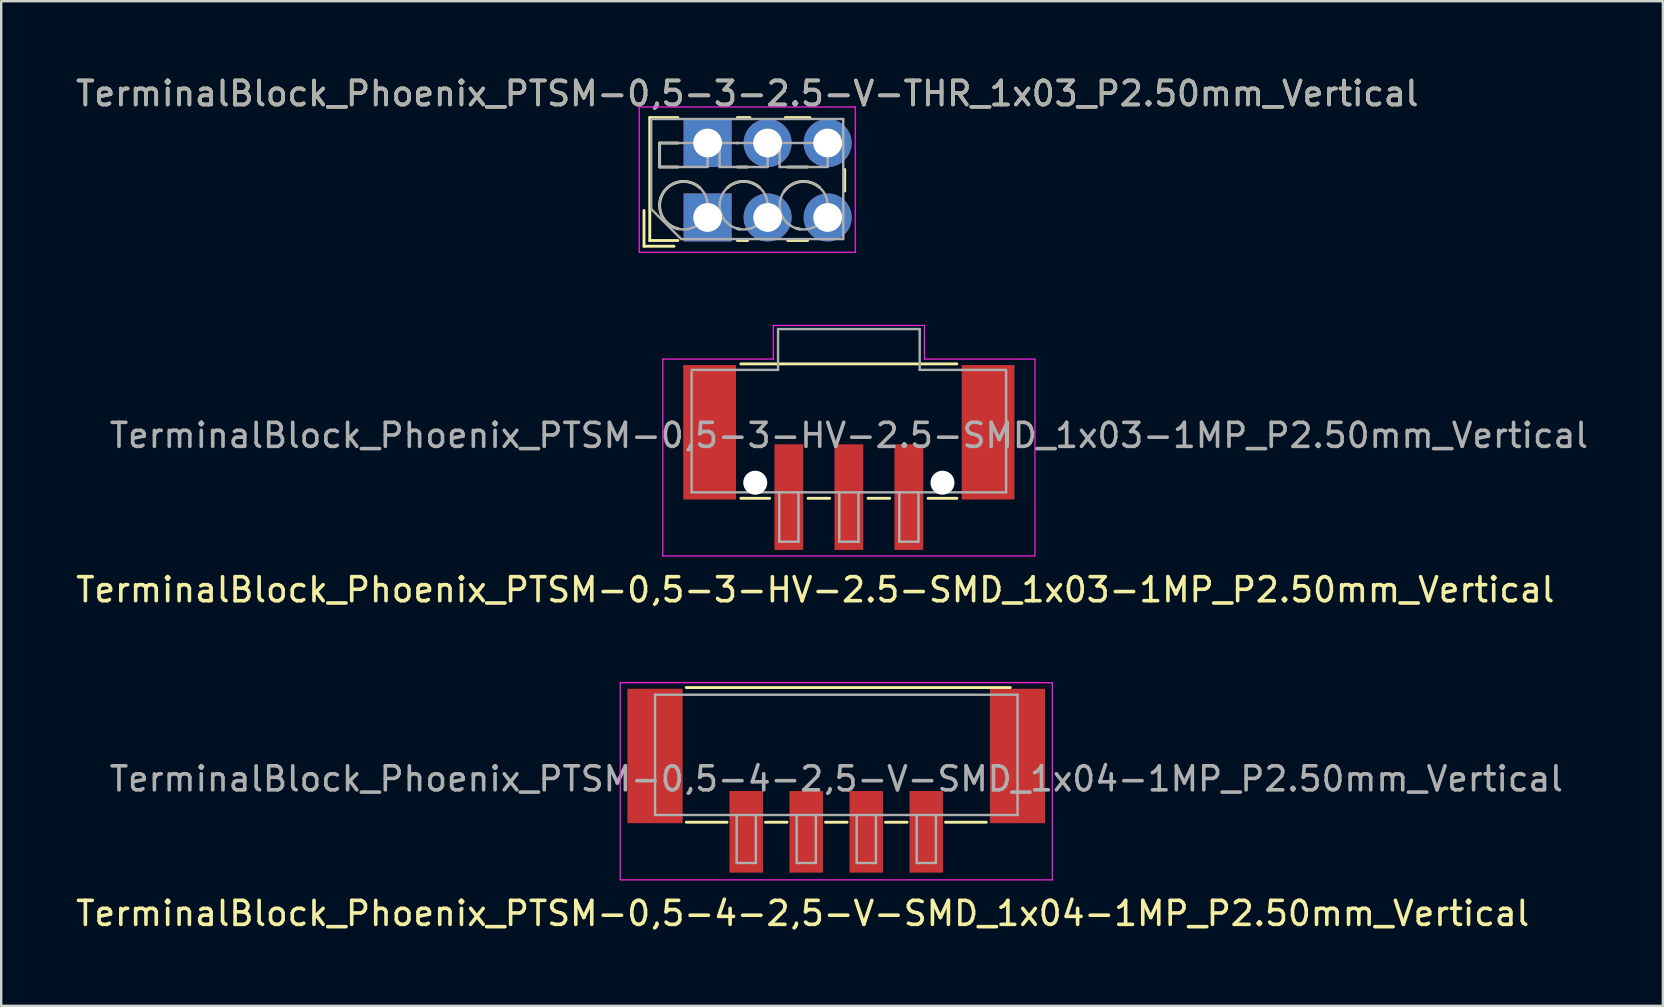
<source format=kicad_pcb>
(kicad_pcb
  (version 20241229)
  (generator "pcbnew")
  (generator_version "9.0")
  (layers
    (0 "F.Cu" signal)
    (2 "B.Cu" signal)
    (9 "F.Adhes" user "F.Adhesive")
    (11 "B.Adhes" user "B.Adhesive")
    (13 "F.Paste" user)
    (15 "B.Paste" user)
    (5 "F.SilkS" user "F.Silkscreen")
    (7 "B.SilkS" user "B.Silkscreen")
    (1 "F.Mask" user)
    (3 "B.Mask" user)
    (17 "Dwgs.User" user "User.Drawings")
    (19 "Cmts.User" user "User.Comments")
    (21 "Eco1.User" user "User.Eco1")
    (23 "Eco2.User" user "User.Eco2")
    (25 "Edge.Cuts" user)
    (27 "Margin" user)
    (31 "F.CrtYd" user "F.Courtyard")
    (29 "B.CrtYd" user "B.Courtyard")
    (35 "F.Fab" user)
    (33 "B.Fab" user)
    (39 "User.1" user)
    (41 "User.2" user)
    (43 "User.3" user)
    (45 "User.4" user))
  (footprint "TerminalBlock_Phoenix_PTSM-0,5-3-HV-2.5-SMD_1x03-1MP_P2.50mm_Vertical"
    (layer "F.Cu")
    (at 32.311 16.008)
    (property "Reference" "TerminalBlock_Phoenix_PTSM-0,5-3-HV-2.5-SMD_1x03-1MP_P2.50mm_Vertical" (at -1.4 5.51 0) (layer "F.SilkS") (effects (font (size 1 1) (thickness 0.15))))
    (attr smd)
    (fp_line (start -4.5 -3.9) (end 4.5 -3.9) (stroke (width 0.12) (type solid)) (layer "F.SilkS"))
    (fp_line (start -3.3 1.7) (end -4.5 1.7) (stroke (width 0.12) (type solid)) (layer "F.SilkS"))
    (fp_line (start -0.8 1.7) (end -1.7 1.7) (stroke (width 0.12) (type solid)) (layer "F.SilkS"))
    (fp_line (start 1.7 1.7) (end 0.8 1.7) (stroke (width 0.12) (type solid)) (layer "F.SilkS"))
    (fp_line (start 4.5 1.7) (end 3.3 1.7) (stroke (width 0.12) (type solid)) (layer "F.SilkS"))
    (fp_line (start -7.75 -4.1) (end -3.15 -4.1) (stroke (width 0.05) (type solid)) (layer "F.CrtYd"))
    (fp_line (start -7.75 4.1) (end -7.75 -4.1) (stroke (width 0.05) (type solid)) (layer "F.CrtYd"))
    (fp_line (start -3.15 -5.5) (end 3.15 -5.5) (stroke (width 0.05) (type solid)) (layer "F.CrtYd"))
    (fp_line (start -3.15 -4.1) (end -3.15 -5.5) (stroke (width 0.05) (type solid)) (layer "F.CrtYd"))
    (fp_line (start 3.15 -4.1) (end 3.15 -5.5) (stroke (width 0.05) (type solid)) (layer "F.CrtYd"))
    (fp_line (start 7.75 -4.1) (end 3.15 -4.1) (stroke (width 0.05) (type solid)) (layer "F.CrtYd"))
    (fp_line (start 7.75 -4.1) (end 7.75 4.1) (stroke (width 0.05) (type solid)) (layer "F.CrtYd"))
    (fp_line (start 7.75 4.1) (end -7.75 4.1) (stroke (width 0.05) (type solid)) (layer "F.CrtYd"))
    (fp_line (start -6.55 -3.65) (end -2.95 -3.65) (stroke (width 0.1) (type solid)) (layer "F.Fab"))
    (fp_line (start -6.55 1.45) (end -6.55 -3.55) (stroke (width 0.1) (type solid)) (layer "F.Fab"))
    (fp_line (start -2.95 -5.35) (end 2.95 -5.35) (stroke (width 0.1) (type solid)) (layer "F.Fab"))
    (fp_line (start -2.95 -3.65) (end -2.95 -5.35) (stroke (width 0.1) (type solid)) (layer "F.Fab"))
    (fp_line (start -2.9 1.45) (end -2.9 3.51) (stroke (width 0.1) (type solid)) (layer "F.Fab"))
    (fp_line (start -2.9 3.51) (end -2.1 3.51) (stroke (width 0.1) (type solid)) (layer "F.Fab"))
    (fp_line (start -2.1 1.45) (end -2.1 3.51) (stroke (width 0.1) (type solid)) (layer "F.Fab"))
    (fp_line (start -0.4 1.45) (end -0.4 3.51) (stroke (width 0.1) (type solid)) (layer "F.Fab"))
    (fp_line (start -0.4 3.51) (end 0.4 3.51) (stroke (width 0.1) (type solid)) (layer "F.Fab"))
    (fp_line (start 0.4 1.45) (end 0.4 3.51) (stroke (width 0.1) (type solid)) (layer "F.Fab"))
    (fp_line (start 2.1 1.45) (end 2.1 3.51) (stroke (width 0.1) (type solid)) (layer "F.Fab"))
    (fp_line (start 2.1 3.51) (end 2.9 3.51) (stroke (width 0.1) (type solid)) (layer "F.Fab"))
    (fp_line (start 2.9 1.45) (end 2.9 3.51) (stroke (width 0.1) (type solid)) (layer "F.Fab"))
    (fp_line (start 2.95 -5.35) (end 2.95 -3.65) (stroke (width 0.1) (type solid)) (layer "F.Fab"))
    (fp_line (start 2.95 -3.65) (end 6.55 -3.65) (stroke (width 0.1) (type solid)) (layer "F.Fab"))
    (fp_line (start 6.55 1.45) (end -6.55 1.45) (stroke (width 0.1) (type solid)) (layer "F.Fab"))
    (fp_line (start 6.55 1.45) (end 6.55 -3.6) (stroke (width 0.1) (type solid)) (layer "F.Fab"))
    (fp_text user "${REFERENCE}" (at 0 -0.92 0) (layer "F.Fab") (effects (font (size 1 1) (thickness 0.15))))
    (pad "" np_thru_hole circle (at -3.9 1.05) (size 1 1) (drill 1) (layers "*.Cu" "*.Mask"))
    (pad "" np_thru_hole circle (at 3.9 1.05) (size 1 1) (drill 1) (layers "*.Cu" "*.Mask"))
    (pad "1" smd rect (at -2.5 1.65 180) (size 1.2 4.4) (layers "F.Cu" "F.Mask" "F.Paste"))
    (pad "2" smd rect (at 0 1.65 180) (size 1.2 4.4) (layers "F.Cu" "F.Mask" "F.Paste"))
    (pad "3" smd rect (at 2.5 1.65 180) (size 1.2 4.4) (layers "F.Cu" "F.Mask" "F.Paste"))
    (pad "MP" smd rect (at -5.8 -1.05 180) (size 2.2 5.6) (layers "F.Cu" "F.Mask" "F.Paste"))
    (pad "MP" smd rect (at 5.8 -1.05 180) (size 2.2 5.6) (layers "F.Cu" "F.Mask" "F.Paste")))
  (footprint "TerminalBlock_Phoenix_PTSM-0,5-3-2.5-V-THR_1x03_P2.50mm_Vertical"
    (layer "F.Cu")
    (at 26.427 6.008)
    (property "Reference" "TerminalBlock_Phoenix_PTSM-0,5-3-2.5-V-THR_1x03_P2.50mm_Vertical" (at 1.65 -5.16 0) (layer "F.SilkS") (effects (font (size 1 1) (thickness 0.15))))
    (attr through_hole)
    (fp_line (start -2.65 -0.29) (end -2.65 1.2) (stroke (width 0.12) (type solid)) (layer "F.SilkS"))
    (fp_line (start -2.65 1.2) (end -1.4 1.2) (stroke (width 0.12) (type solid)) (layer "F.SilkS"))
    (fp_line (start -2.41 -4.16) (end -2.41 0.961) (stroke (width 0.12) (type solid)) (layer "F.SilkS"))
    (fp_line (start -2.41 -4.16) (end -1.24 -4.16) (stroke (width 0.12) (type solid)) (layer "F.SilkS"))
    (fp_line (start -2.41 0.961) (end -1.24 0.961) (stroke (width 0.12) (type solid)) (layer "F.SilkS"))
    (fp_line (start -2 -3.1) (end -2 -2.1) (stroke (width 0.12) (type solid)) (layer "F.SilkS"))
    (fp_line (start -2 -3.1) (end -1.24 -3.1) (stroke (width 0.12) (type solid)) (layer "F.SilkS"))
    (fp_line (start -2 -2.1) (end -1.24 -2.1) (stroke (width 0.12) (type solid)) (layer "F.SilkS"))
    (fp_line (start 1.24 -4.16) (end 1.763 -4.16) (stroke (width 0.12) (type solid)) (layer "F.SilkS"))
    (fp_line (start 1.24 -3.1) (end 1.245 -3.1) (stroke (width 0.12) (type solid)) (layer "F.SilkS"))
    (fp_line (start 1.24 -2.1) (end 1.665 -2.1) (stroke (width 0.12) (type solid)) (layer "F.SilkS"))
    (fp_line (start 1.24 0.961) (end 1.665 0.961) (stroke (width 0.12) (type solid)) (layer "F.SilkS"))
    (fp_line (start 3.238 -4.16) (end 4.263 -4.16) (stroke (width 0.12) (type solid)) (layer "F.SilkS"))
    (fp_line (start 3.336 -2.1) (end 4.165 -2.1) (stroke (width 0.12) (type solid)) (layer "F.SilkS"))
    (fp_line (start 3.336 0.961) (end 4.165 0.961) (stroke (width 0.12) (type solid)) (layer "F.SilkS"))
    (fp_line (start 5.71 -2) (end 5.71 -1.1) (stroke (width 0.12) (type solid)) (layer "F.SilkS"))
    (fp_arc (start -1.224629 0.474931) (mid -1.883573 -0.969306) (end -0.318 -1.232) (stroke (width 0.12) (type solid)) (layer "F.SilkS"))
    (fp_arc (start 0.817811 -1.23232) (mid 1.483053 -1.500693) (end 2.157 -1.255) (stroke (width 0.12) (type solid)) (layer "F.SilkS"))
    (fp_arc (start 1.344288 0.488343) (mid 1.284242 0.476994) (end 1.225 0.462) (stroke (width 0.12) (type solid)) (layer "F.SilkS"))
    (fp_arc (start 3.190612 -1.088697) (mid 3.887218 -1.494461) (end 4.657 -1.255) (stroke (width 0.12) (type solid)) (layer "F.SilkS"))
    (fp_arc (start 3.84373 0.488618) (mid 3.766646 0.47331) (end 3.691 0.452) (stroke (width 0.12) (type solid)) (layer "F.SilkS"))
    (fp_line (start -2.85 -4.6) (end -2.85 1.45) (stroke (width 0.05) (type solid)) (layer "F.CrtYd"))
    (fp_line (start -2.85 1.45) (end 6.15 1.45) (stroke (width 0.05) (type solid)) (layer "F.CrtYd"))
    (fp_line (start 6.15 -4.6) (end -2.85 -4.6) (stroke (width 0.05) (type solid)) (layer "F.CrtYd"))
    (fp_line (start 6.15 1.45) (end 6.15 -4.6) (stroke (width 0.05) (type solid)) (layer "F.CrtYd"))
    (fp_line (start -2.35 -4.1) (end 5.65 -4.1) (stroke (width 0.1) (type solid)) (layer "F.Fab"))
    (fp_line (start -2.35 -0.35) (end -2.35 -4.1) (stroke (width 0.1) (type solid)) (layer "F.Fab"))
    (fp_line (start -2 -3.1) (end -2 -2.1) (stroke (width 0.1) (type solid)) (layer "F.Fab"))
    (fp_line (start -2 -2.1) (end 0 -2.1) (stroke (width 0.1) (type solid)) (layer "F.Fab"))
    (fp_line (start -1.1 0.9) (end -2.35 -0.35) (stroke (width 0.1) (type solid)) (layer "F.Fab"))
    (fp_line (start 0 -3.1) (end -2 -3.1) (stroke (width 0.1) (type solid)) (layer "F.Fab"))
    (fp_line (start 0 -2.1) (end 0 -3.1) (stroke (width 0.1) (type solid)) (layer "F.Fab"))
    (fp_line (start 0.5 -3.1) (end 0.5 -2.1) (stroke (width 0.1) (type solid)) (layer "F.Fab"))
    (fp_line (start 0.5 -2.1) (end 2.5 -2.1) (stroke (width 0.1) (type solid)) (layer "F.Fab"))
    (fp_line (start 2.5 -3.1) (end 0.5 -3.1) (stroke (width 0.1) (type solid)) (layer "F.Fab"))
    (fp_line (start 2.5 -2.1) (end 2.5 -3.1) (stroke (width 0.1) (type solid)) (layer "F.Fab"))
    (fp_line (start 3 -3.1) (end 3 -2.1) (stroke (width 0.1) (type solid)) (layer "F.Fab"))
    (fp_line (start 3 -2.1) (end 5 -2.1) (stroke (width 0.1) (type solid)) (layer "F.Fab"))
    (fp_line (start 5 -3.1) (end 3 -3.1) (stroke (width 0.1) (type solid)) (layer "F.Fab"))
    (fp_line (start 5 -2.1) (end 5 -3.1) (stroke (width 0.1) (type solid)) (layer "F.Fab"))
    (fp_line (start 5.65 -4.1) (end 5.65 0.9) (stroke (width 0.1) (type solid)) (layer "F.Fab"))
    (fp_line (start 5.65 0.9) (end -1.1 0.9) (stroke (width 0.1) (type solid)) (layer "F.Fab"))
    (fp_circle (center -1 -0.5) (end 0 -0.5) (stroke (width 0.1) (type solid)) (fill no) (layer "F.Fab"))
    (fp_circle (center 1.5 -0.5) (end 2.5 -0.5) (stroke (width 0.1) (type solid)) (fill no) (layer "F.Fab"))
    (fp_circle (center 4 -0.5) (end 5 -0.5) (stroke (width 0.1) (type solid)) (fill no) (layer "F.Fab"))
    (fp_text user "${REFERENCE}" (at 1.65 -5.16 0) (layer "F.Fab") (effects (font (size 1 1) (thickness 0.15))))
    (pad "1" thru_hole rect (at 0 -3.1) (size 2 2) (drill 1.2) (layers "*.Cu" "*.Mask"))
    (pad "1" thru_hole rect (at 0 0) (size 2 2) (drill 1.2) (layers "*.Cu" "*.Mask"))
    (pad "2" thru_hole circle (at 2.5 -3.1) (size 2 2) (drill 1.2) (layers "*.Cu" "*.Mask"))
    (pad "2" thru_hole circle (at 2.5 0) (size 2 2) (drill 1.2) (layers "*.Cu" "*.Mask"))
    (pad "3" thru_hole circle (at 5 -3.1) (size 2 2) (drill 1.2) (layers "*.Cu" "*.Mask"))
    (pad "3" thru_hole circle (at 5 0) (size 2 2) (drill 1.2) (layers "*.Cu" "*.Mask")))
  (footprint "TerminalBlock_Phoenix_PTSM-0,5-4-2,5-V-SMD_1x04-1MP_P2.50mm_Vertical"
    (layer "F.Cu")
    (at 31.787 29.471)
    (property "Reference" "TerminalBlock_Phoenix_PTSM-0,5-4-2,5-V-SMD_1x04-1MP_P2.50mm_Vertical" (at -1.4 5.53 0) (layer "F.SilkS") (effects (font (size 1 1) (thickness 0.15))))
    (attr smd)
    (fp_line (start -6.25 -3.88) (end 7.25 -3.88) (stroke (width 0.12) (type solid)) (layer "F.SilkS"))
    (fp_line (start -4.55 1.73) (end -6.25 1.73) (stroke (width 0.12) (type solid)) (layer "F.SilkS"))
    (fp_line (start -2.05 1.73) (end -2.95 1.73) (stroke (width 0.12) (type solid)) (layer "F.SilkS"))
    (fp_line (start 0.45 1.73) (end -0.45 1.73) (stroke (width 0.12) (type solid)) (layer "F.SilkS"))
    (fp_line (start 2.95 1.73) (end 2.05 1.73) (stroke (width 0.12) (type solid)) (layer "F.SilkS"))
    (fp_line (start 6.25 1.73) (end 4.55 1.73) (stroke (width 0.12) (type solid)) (layer "F.SilkS"))
    (fp_line (start -9 -4.08) (end 9 -4.08) (stroke (width 0.05) (type solid)) (layer "F.CrtYd"))
    (fp_line (start -9 4.13) (end -9 -4.08) (stroke (width 0.05) (type solid)) (layer "F.CrtYd"))
    (fp_line (start 9 -4.08) (end 9 4.13) (stroke (width 0.05) (type solid)) (layer "F.CrtYd"))
    (fp_line (start 9 4.13) (end -9 4.13) (stroke (width 0.05) (type solid)) (layer "F.CrtYd"))
    (fp_line (start -7.55 -3.58) (end 7.55 -3.58) (stroke (width 0.1) (type solid)) (layer "F.Fab"))
    (fp_line (start -7.55 1.43) (end -7.55 -3.58) (stroke (width 0.1) (type solid)) (layer "F.Fab"))
    (fp_line (start -4.15 1.43) (end -4.15 3.43) (stroke (width 0.1) (type solid)) (layer "F.Fab"))
    (fp_line (start -4.15 3.43) (end -3.35 3.43) (stroke (width 0.1) (type solid)) (layer "F.Fab"))
    (fp_line (start -3.35 1.43) (end -3.35 3.43) (stroke (width 0.1) (type solid)) (layer "F.Fab"))
    (fp_line (start -1.65 1.43) (end -1.65 3.43) (stroke (width 0.1) (type solid)) (layer "F.Fab"))
    (fp_line (start -1.65 3.43) (end -0.85 3.43) (stroke (width 0.1) (type solid)) (layer "F.Fab"))
    (fp_line (start -0.85 1.43) (end -0.85 3.43) (stroke (width 0.1) (type solid)) (layer "F.Fab"))
    (fp_line (start 0.85 1.43) (end 0.85 3.43) (stroke (width 0.1) (type solid)) (layer "F.Fab"))
    (fp_line (start 0.85 3.43) (end 1.65 3.43) (stroke (width 0.1) (type solid)) (layer "F.Fab"))
    (fp_line (start 1.65 1.43) (end 1.65 3.43) (stroke (width 0.1) (type solid)) (layer "F.Fab"))
    (fp_line (start 3.35 1.43) (end 3.35 3.43) (stroke (width 0.1) (type solid)) (layer "F.Fab"))
    (fp_line (start 3.35 3.43) (end 4.15 3.43) (stroke (width 0.1) (type solid)) (layer "F.Fab"))
    (fp_line (start 4.15 1.43) (end 4.15 3.43) (stroke (width 0.1) (type solid)) (layer "F.Fab"))
    (fp_line (start 7.55 1.43) (end -7.55 1.43) (stroke (width 0.1) (type solid)) (layer "F.Fab"))
    (fp_line (start 7.55 1.43) (end 7.55 -3.58) (stroke (width 0.1) (type solid)) (layer "F.Fab"))
    (fp_text user "${REFERENCE}" (at 0 -0.075 0) (layer "F.Fab") (effects (font (size 1 1) (thickness 0.15))))
    (pad "1" smd rect (at -3.75 2.13 180) (size 1.4 3.4) (layers "F.Cu" "F.Mask" "F.Paste"))
    (pad "2" smd rect (at -1.25 2.13 180) (size 1.4 3.4) (layers "F.Cu" "F.Mask" "F.Paste"))
    (pad "3" smd rect (at 1.25 2.13 180) (size 1.4 3.4) (layers "F.Cu" "F.Mask" "F.Paste"))
    (pad "4" smd rect (at 3.75 2.13 180) (size 1.4 3.4) (layers "F.Cu" "F.Mask" "F.Paste"))
    (pad "MP" smd rect (at -7.55 -1.03 180) (size 2.3 5.6) (layers "F.Cu" "F.Mask" "F.Paste"))
    (pad "MP" smd rect (at 7.55 -1.03 180) (size 2.3 5.6) (layers "F.Cu" "F.Mask" "F.Paste")))
  (gr_rect
    (start -3 -3)
    (end 66.221 38.85)
    (stroke (width 0.1) (type default))
    (fill no)
    (layer "Edge.Cuts")))
</source>
